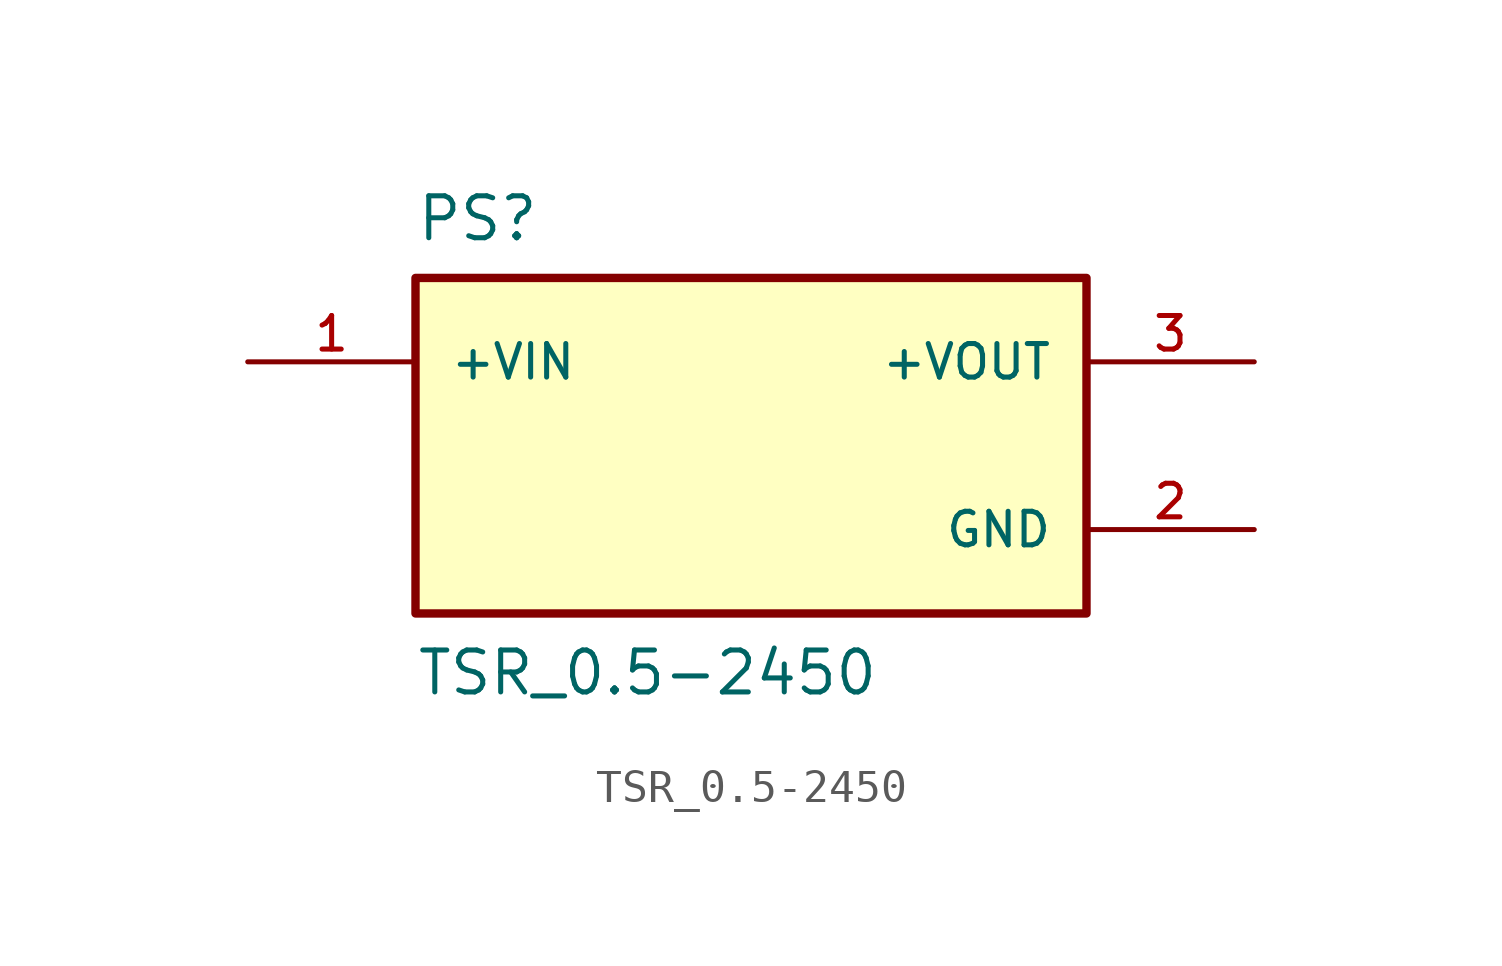
<source format=kicad_sym>
(kicad_symbol_lib
  (version 20211014)
  (generator kicad_symbol_editor)
  (symbol "TSR_0.5-2450"
    (pin_names
      (offset 1.016))
    (property "Reference" "PS"
      (at -10.16 7.62 0)
      (effects (font (size 1.27 1.27)) (justify top left)))
    (property "Value" "TSR_0.5-2450"
      (at -10.16 -7.62 0)
      (effects (font (size 1.27 1.27)) (justify bottom left)))
    (symbol "TSR_0.5-2450_0_0"
      (rectangle (start -10.16 -5.08) (end 10.16 5.08) (stroke (width 0.254)) (fill (type background)))
      (pin input line (at -15.24 2.54 0) (length 5.08) (name "+VIN" (effects (font (size 1.016 1.016)))) (number "1" (effects (font (size 1.016 1.016)))))
      (pin output line (at 15.24 2.54 180.0) (length 5.08) (name "+VOUT" (effects (font (size 1.016 1.016)))) (number "3" (effects (font (size 1.016 1.016)))))
      (pin power_in line (at 15.24 -2.54 180.0) (length 5.08) (name "GND" (effects (font (size 1.016 1.016)))) (number "2" (effects (font (size 1.016 1.016))))))))
</source>
